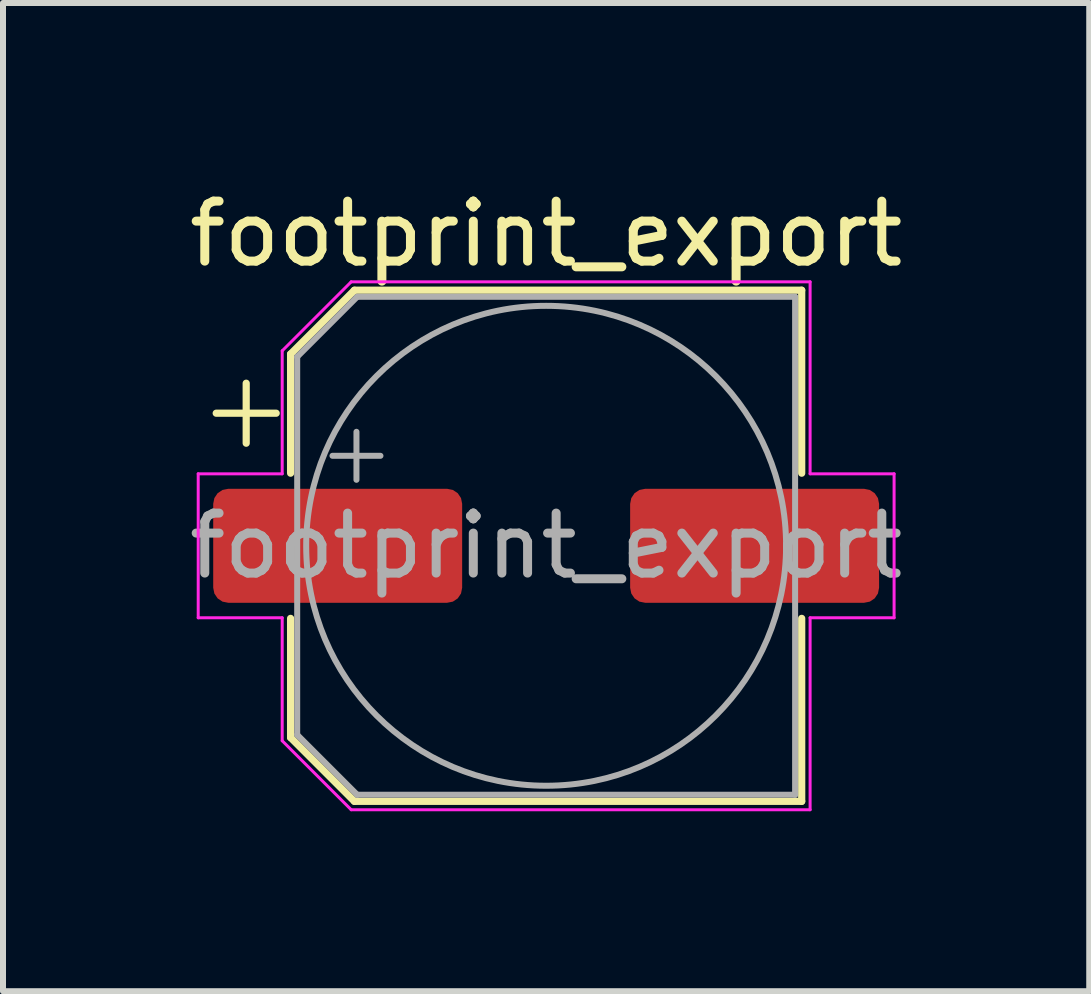
<source format=kicad_pcb>
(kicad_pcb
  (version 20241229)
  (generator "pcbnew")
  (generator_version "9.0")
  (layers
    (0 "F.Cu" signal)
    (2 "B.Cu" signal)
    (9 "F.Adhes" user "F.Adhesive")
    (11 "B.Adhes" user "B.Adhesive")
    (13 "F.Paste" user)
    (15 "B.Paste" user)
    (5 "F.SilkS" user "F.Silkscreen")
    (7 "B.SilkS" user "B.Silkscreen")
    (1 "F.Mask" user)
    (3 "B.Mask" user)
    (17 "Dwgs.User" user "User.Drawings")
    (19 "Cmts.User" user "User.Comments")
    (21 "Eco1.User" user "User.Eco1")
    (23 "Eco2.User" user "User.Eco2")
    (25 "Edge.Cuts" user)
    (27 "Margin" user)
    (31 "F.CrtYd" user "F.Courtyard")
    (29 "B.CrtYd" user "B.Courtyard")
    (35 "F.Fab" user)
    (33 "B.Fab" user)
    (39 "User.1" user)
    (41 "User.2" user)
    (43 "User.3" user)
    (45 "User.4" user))
  (footprint "footprint_export"
    (layer "F.Cu")
    (at 6.054 6.048)
    (property "Reference" "footprint_export" (at 0 -5.2 0) (layer "F.SilkS") (effects (font (size 1 1) (thickness 0.15))))
    (attr smd)
    (fp_line (start -5.5 -2.21) (end -4.5 -2.21) (stroke (width 0.12) (type solid)) (layer "F.SilkS"))
    (fp_line (start -5 -2.71) (end -5 -1.71) (stroke (width 0.12) (type solid)) (layer "F.SilkS"))
    (fp_line (start -4.26 -3.196) (end -4.26 -1.21) (stroke (width 0.12) (type solid)) (layer "F.SilkS"))
    (fp_line (start -4.26 -3.196) (end -3.196 -4.26) (stroke (width 0.12) (type solid)) (layer "F.SilkS"))
    (fp_line (start -4.26 3.196) (end -4.26 1.21) (stroke (width 0.12) (type solid)) (layer "F.SilkS"))
    (fp_line (start -4.26 3.196) (end -3.196 4.26) (stroke (width 0.12) (type solid)) (layer "F.SilkS"))
    (fp_line (start -3.196 -4.26) (end 4.26 -4.26) (stroke (width 0.12) (type solid)) (layer "F.SilkS"))
    (fp_line (start -3.196 4.26) (end 4.26 4.26) (stroke (width 0.12) (type solid)) (layer "F.SilkS"))
    (fp_line (start 4.26 -4.26) (end 4.26 -1.21) (stroke (width 0.12) (type solid)) (layer "F.SilkS"))
    (fp_line (start 4.26 4.26) (end 4.26 1.21) (stroke (width 0.12) (type solid)) (layer "F.SilkS"))
    (fp_line (start -5.8 -1.2) (end -5.8 1.2) (stroke (width 0.05) (type solid)) (layer "F.CrtYd"))
    (fp_line (start -5.8 1.2) (end -4.4 1.2) (stroke (width 0.05) (type solid)) (layer "F.CrtYd"))
    (fp_line (start -4.4 -3.25) (end -4.4 -1.2) (stroke (width 0.05) (type solid)) (layer "F.CrtYd"))
    (fp_line (start -4.4 -3.25) (end -3.25 -4.4) (stroke (width 0.05) (type solid)) (layer "F.CrtYd"))
    (fp_line (start -4.4 -1.2) (end -5.8 -1.2) (stroke (width 0.05) (type solid)) (layer "F.CrtYd"))
    (fp_line (start -4.4 1.2) (end -4.4 3.25) (stroke (width 0.05) (type solid)) (layer "F.CrtYd"))
    (fp_line (start -4.4 3.25) (end -3.25 4.4) (stroke (width 0.05) (type solid)) (layer "F.CrtYd"))
    (fp_line (start -3.25 -4.4) (end 4.4 -4.4) (stroke (width 0.05) (type solid)) (layer "F.CrtYd"))
    (fp_line (start -3.25 4.4) (end 4.4 4.4) (stroke (width 0.05) (type solid)) (layer "F.CrtYd"))
    (fp_line (start 4.4 -4.4) (end 4.4 -1.2) (stroke (width 0.05) (type solid)) (layer "F.CrtYd"))
    (fp_line (start 4.4 -1.2) (end 5.8 -1.2) (stroke (width 0.05) (type solid)) (layer "F.CrtYd"))
    (fp_line (start 4.4 1.2) (end 4.4 4.4) (stroke (width 0.05) (type solid)) (layer "F.CrtYd"))
    (fp_line (start 5.8 -1.2) (end 5.8 1.2) (stroke (width 0.05) (type solid)) (layer "F.CrtYd"))
    (fp_line (start 5.8 1.2) (end 4.4 1.2) (stroke (width 0.05) (type solid)) (layer "F.CrtYd"))
    (fp_line (start -4.15 -3.15) (end -4.15 3.15) (stroke (width 0.1) (type solid)) (layer "F.Fab"))
    (fp_line (start -4.15 -3.15) (end -3.15 -4.15) (stroke (width 0.1) (type solid)) (layer "F.Fab"))
    (fp_line (start -4.15 3.15) (end -3.15 4.15) (stroke (width 0.1) (type solid)) (layer "F.Fab"))
    (fp_line (start -3.562 -1.5) (end -2.762 -1.5) (stroke (width 0.1) (type solid)) (layer "F.Fab"))
    (fp_line (start -3.162 -1.9) (end -3.162 -1.1) (stroke (width 0.1) (type solid)) (layer "F.Fab"))
    (fp_line (start -3.15 -4.15) (end 4.15 -4.15) (stroke (width 0.1) (type solid)) (layer "F.Fab"))
    (fp_line (start -3.15 4.15) (end 4.15 4.15) (stroke (width 0.1) (type solid)) (layer "F.Fab"))
    (fp_line (start 4.15 -4.15) (end 4.15 4.15) (stroke (width 0.1) (type solid)) (layer "F.Fab"))
    (fp_circle (center 0 0) (end 4 0) (stroke (width 0.1) (type solid)) (fill no) (layer "F.Fab"))
    (fp_text user "${REFERENCE}" (at 0 0 0) (layer "F.Fab") (effects (font (size 1 1) (thickness 0.15))))
    (pad "1" smd roundrect (at -3.475 0) (size 4.15 1.9) (layers "F.Cu" "F.Mask" "F.Paste") (roundrect_rratio 0.132))
    (pad "2" smd roundrect (at 3.475 0) (size 4.15 1.9) (layers "F.Cu" "F.Mask" "F.Paste") (roundrect_rratio 0.132)))
  (gr_rect
    (start -3 -3)
    (end 15.107 13.473)
    (stroke (width 0.1) (type default))
    (fill no)
    (layer "Edge.Cuts")))
</source>
